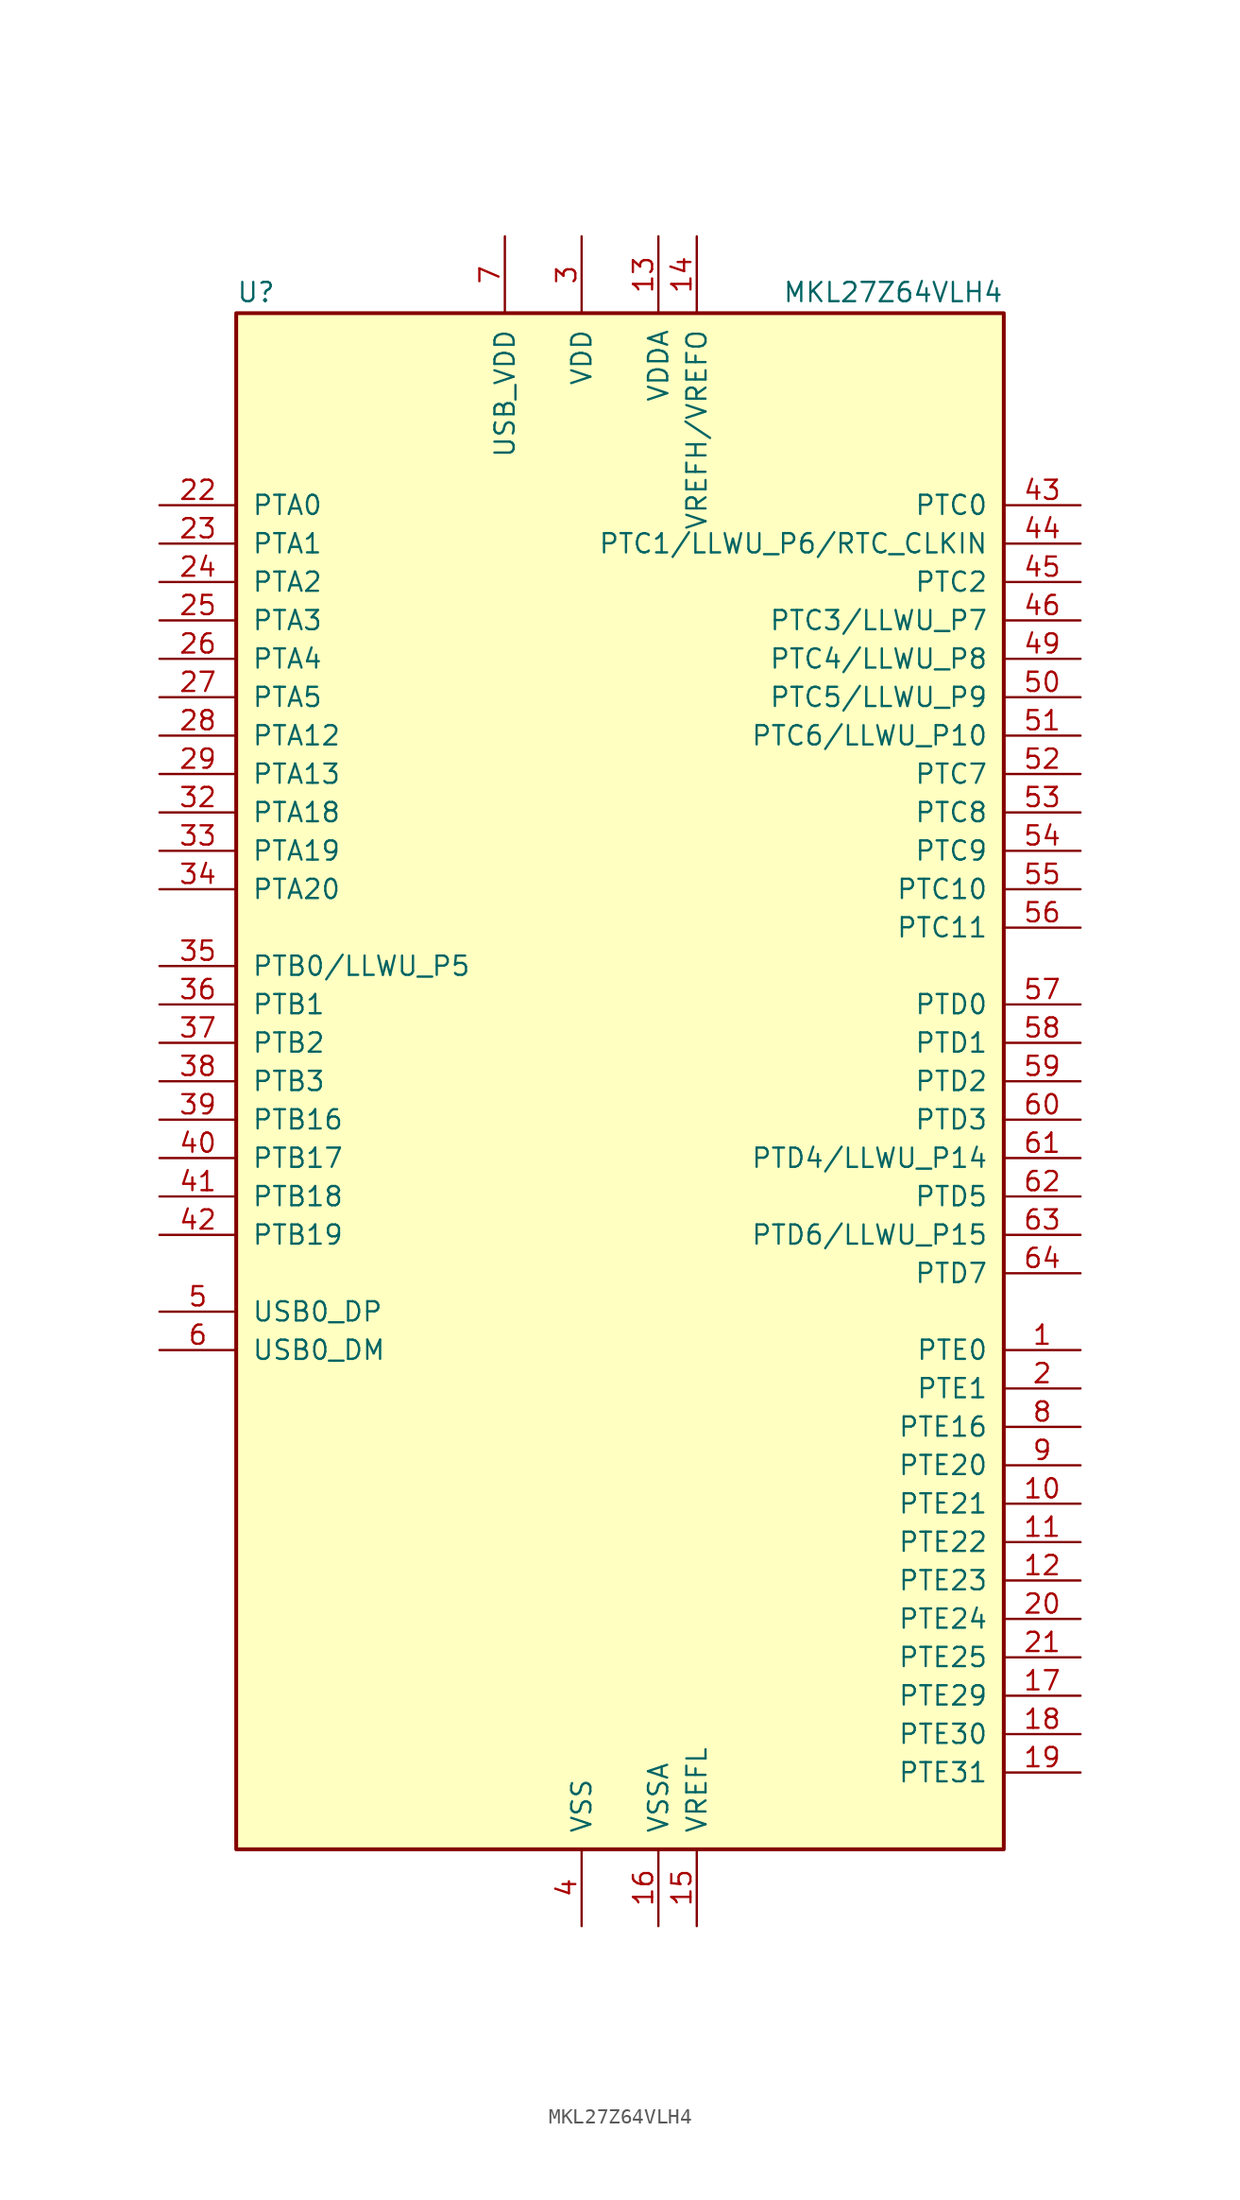
<source format=kicad_sym>
(kicad_symbol_lib
  (version 20211014)
  (generator kicad_symbol_editor)
  (symbol "MKL27Z64VLH4"
    (pin_names
      (offset 1.016))
    (property "Reference" "U"
      (at -25.4 51.435 0)
      (effects (font (size 1.27 1.27)) (justify left bottom)))
    (property "Value" "MKL27Z64VLH4"
      (at 25.4 51.435 0)
      (effects (font (size 1.27 1.27)) (justify right bottom)))
    (symbol "MKL27Z64VLH4_0_1"
      (rectangle (start -25.4 50.8) (end 25.4 -50.8) (stroke (width 0.254) (type default) (color 0 0 0 0)) (fill (type background))))
    (symbol "MKL27Z64VLH4_1_1"
      (pin bidirectional line (at 30.48 -17.78 180) (length 5.08) (name "PTE0" (effects (font (size 1.27 1.27)))) (number "1" (effects (font (size 1.27 1.27)))))
      (pin bidirectional line (at 30.48 -27.94 180) (length 5.08) (name "PTE21" (effects (font (size 1.27 1.27)))) (number "10" (effects (font (size 1.27 1.27)))))
      (pin bidirectional line (at 30.48 -30.48 180) (length 5.08) (name "PTE22" (effects (font (size 1.27 1.27)))) (number "11" (effects (font (size 1.27 1.27)))))
      (pin bidirectional line (at 30.48 -33.02 180) (length 5.08) (name "PTE23" (effects (font (size 1.27 1.27)))) (number "12" (effects (font (size 1.27 1.27)))))
      (pin power_in line (at 2.54 55.88 270) (length 5.08) (name "VDDA" (effects (font (size 1.27 1.27)))) (number "13" (effects (font (size 1.27 1.27)))))
      (pin power_in line (at 5.08 55.88 270) (length 5.08) (name "VREFH/VREFO" (effects (font (size 1.27 1.27)))) (number "14" (effects (font (size 1.27 1.27)))))
      (pin power_in line (at 5.08 -55.88 90) (length 5.08) (name "VREFL" (effects (font (size 1.27 1.27)))) (number "15" (effects (font (size 1.27 1.27)))))
      (pin power_in line (at 2.54 -55.88 90) (length 5.08) (name "VSSA" (effects (font (size 1.27 1.27)))) (number "16" (effects (font (size 1.27 1.27)))))
      (pin bidirectional line (at 30.48 -40.64 180) (length 5.08) (name "PTE29" (effects (font (size 1.27 1.27)))) (number "17" (effects (font (size 1.27 1.27)))))
      (pin bidirectional line (at 30.48 -43.18 180) (length 5.08) (name "PTE30" (effects (font (size 1.27 1.27)))) (number "18" (effects (font (size 1.27 1.27)))))
      (pin bidirectional line (at 30.48 -45.72 180) (length 5.08) (name "PTE31" (effects (font (size 1.27 1.27)))) (number "19" (effects (font (size 1.27 1.27)))))
      (pin bidirectional line (at 30.48 -20.32 180) (length 5.08) (name "PTE1" (effects (font (size 1.27 1.27)))) (number "2" (effects (font (size 1.27 1.27)))))
      (pin bidirectional line (at 30.48 -35.56 180) (length 5.08) (name "PTE24" (effects (font (size 1.27 1.27)))) (number "20" (effects (font (size 1.27 1.27)))))
      (pin bidirectional line (at 30.48 -38.1 180) (length 5.08) (name "PTE25" (effects (font (size 1.27 1.27)))) (number "21" (effects (font (size 1.27 1.27)))))
      (pin bidirectional line (at -30.48 38.1 0) (length 5.08) (name "PTA0" (effects (font (size 1.27 1.27)))) (number "22" (effects (font (size 1.27 1.27)))))
      (pin bidirectional line (at -30.48 35.56 0) (length 5.08) (name "PTA1" (effects (font (size 1.27 1.27)))) (number "23" (effects (font (size 1.27 1.27)))))
      (pin bidirectional line (at -30.48 33.02 0) (length 5.08) (name "PTA2" (effects (font (size 1.27 1.27)))) (number "24" (effects (font (size 1.27 1.27)))))
      (pin bidirectional line (at -30.48 30.48 0) (length 5.08) (name "PTA3" (effects (font (size 1.27 1.27)))) (number "25" (effects (font (size 1.27 1.27)))))
      (pin bidirectional line (at -30.48 27.94 0) (length 5.08) (name "PTA4" (effects (font (size 1.27 1.27)))) (number "26" (effects (font (size 1.27 1.27)))))
      (pin bidirectional line (at -30.48 25.4 0) (length 5.08) (name "PTA5" (effects (font (size 1.27 1.27)))) (number "27" (effects (font (size 1.27 1.27)))))
      (pin bidirectional line (at -30.48 22.86 0) (length 5.08) (name "PTA12" (effects (font (size 1.27 1.27)))) (number "28" (effects (font (size 1.27 1.27)))))
      (pin bidirectional line (at -30.48 20.32 0) (length 5.08) (name "PTA13" (effects (font (size 1.27 1.27)))) (number "29" (effects (font (size 1.27 1.27)))))
      (pin power_in line (at -2.54 55.88 270) (length 5.08) (name "VDD" (effects (font (size 1.27 1.27)))) (number "3" (effects (font (size 1.27 1.27)))))
      (pin passive line (at -2.54 55.88 270) (length 5.08) hide (name "VDD" (effects (font (size 1.27 1.27)))) (number "30" (effects (font (size 1.27 1.27)))))
      (pin passive line (at -2.54 -55.88 90) (length 5.08) hide (name "VSS" (effects (font (size 1.27 1.27)))) (number "31" (effects (font (size 1.27 1.27)))))
      (pin bidirectional line (at -30.48 17.78 0) (length 5.08) (name "PTA18" (effects (font (size 1.27 1.27)))) (number "32" (effects (font (size 1.27 1.27)))))
      (pin bidirectional line (at -30.48 15.24 0) (length 5.08) (name "PTA19" (effects (font (size 1.27 1.27)))) (number "33" (effects (font (size 1.27 1.27)))))
      (pin bidirectional line (at -30.48 12.7 0) (length 5.08) (name "PTA20" (effects (font (size 1.27 1.27)))) (number "34" (effects (font (size 1.27 1.27)))))
      (pin bidirectional line (at -30.48 7.62 0) (length 5.08) (name "PTB0/LLWU_P5" (effects (font (size 1.27 1.27)))) (number "35" (effects (font (size 1.27 1.27)))))
      (pin bidirectional line (at -30.48 5.08 0) (length 5.08) (name "PTB1" (effects (font (size 1.27 1.27)))) (number "36" (effects (font (size 1.27 1.27)))))
      (pin bidirectional line (at -30.48 2.54 0) (length 5.08) (name "PTB2" (effects (font (size 1.27 1.27)))) (number "37" (effects (font (size 1.27 1.27)))))
      (pin bidirectional line (at -30.48 0 0) (length 5.08) (name "PTB3" (effects (font (size 1.27 1.27)))) (number "38" (effects (font (size 1.27 1.27)))))
      (pin bidirectional line (at -30.48 -2.54 0) (length 5.08) (name "PTB16" (effects (font (size 1.27 1.27)))) (number "39" (effects (font (size 1.27 1.27)))))
      (pin power_in line (at -2.54 -55.88 90) (length 5.08) (name "VSS" (effects (font (size 1.27 1.27)))) (number "4" (effects (font (size 1.27 1.27)))))
      (pin bidirectional line (at -30.48 -5.08 0) (length 5.08) (name "PTB17" (effects (font (size 1.27 1.27)))) (number "40" (effects (font (size 1.27 1.27)))))
      (pin bidirectional line (at -30.48 -7.62 0) (length 5.08) (name "PTB18" (effects (font (size 1.27 1.27)))) (number "41" (effects (font (size 1.27 1.27)))))
      (pin bidirectional line (at -30.48 -10.16 0) (length 5.08) (name "PTB19" (effects (font (size 1.27 1.27)))) (number "42" (effects (font (size 1.27 1.27)))))
      (pin bidirectional line (at 30.48 38.1 180) (length 5.08) (name "PTC0" (effects (font (size 1.27 1.27)))) (number "43" (effects (font (size 1.27 1.27)))))
      (pin bidirectional line (at 30.48 35.56 180) (length 5.08) (name "PTC1/LLWU_P6/RTC_CLKIN" (effects (font (size 1.27 1.27)))) (number "44" (effects (font (size 1.27 1.27)))))
      (pin bidirectional line (at 30.48 33.02 180) (length 5.08) (name "PTC2" (effects (font (size 1.27 1.27)))) (number "45" (effects (font (size 1.27 1.27)))))
      (pin bidirectional line (at 30.48 30.48 180) (length 5.08) (name "PTC3/LLWU_P7" (effects (font (size 1.27 1.27)))) (number "46" (effects (font (size 1.27 1.27)))))
      (pin passive line (at -2.54 -55.88 90) (length 5.08) hide (name "VSS" (effects (font (size 1.27 1.27)))) (number "47" (effects (font (size 1.27 1.27)))))
      (pin passive line (at -2.54 55.88 270) (length 5.08) hide (name "VDD" (effects (font (size 1.27 1.27)))) (number "48" (effects (font (size 1.27 1.27)))))
      (pin bidirectional line (at 30.48 27.94 180) (length 5.08) (name "PTC4/LLWU_P8" (effects (font (size 1.27 1.27)))) (number "49" (effects (font (size 1.27 1.27)))))
      (pin bidirectional line (at -30.48 -15.24 0) (length 5.08) (name "USB0_DP" (effects (font (size 1.27 1.27)))) (number "5" (effects (font (size 1.27 1.27)))))
      (pin bidirectional line (at 30.48 25.4 180) (length 5.08) (name "PTC5/LLWU_P9" (effects (font (size 1.27 1.27)))) (number "50" (effects (font (size 1.27 1.27)))))
      (pin bidirectional line (at 30.48 22.86 180) (length 5.08) (name "PTC6/LLWU_P10" (effects (font (size 1.27 1.27)))) (number "51" (effects (font (size 1.27 1.27)))))
      (pin bidirectional line (at 30.48 20.32 180) (length 5.08) (name "PTC7" (effects (font (size 1.27 1.27)))) (number "52" (effects (font (size 1.27 1.27)))))
      (pin bidirectional line (at 30.48 17.78 180) (length 5.08) (name "PTC8" (effects (font (size 1.27 1.27)))) (number "53" (effects (font (size 1.27 1.27)))))
      (pin bidirectional line (at 30.48 15.24 180) (length 5.08) (name "PTC9" (effects (font (size 1.27 1.27)))) (number "54" (effects (font (size 1.27 1.27)))))
      (pin bidirectional line (at 30.48 12.7 180) (length 5.08) (name "PTC10" (effects (font (size 1.27 1.27)))) (number "55" (effects (font (size 1.27 1.27)))))
      (pin bidirectional line (at 30.48 10.16 180) (length 5.08) (name "PTC11" (effects (font (size 1.27 1.27)))) (number "56" (effects (font (size 1.27 1.27)))))
      (pin bidirectional line (at 30.48 5.08 180) (length 5.08) (name "PTD0" (effects (font (size 1.27 1.27)))) (number "57" (effects (font (size 1.27 1.27)))))
      (pin bidirectional line (at 30.48 2.54 180) (length 5.08) (name "PTD1" (effects (font (size 1.27 1.27)))) (number "58" (effects (font (size 1.27 1.27)))))
      (pin bidirectional line (at 30.48 0 180) (length 5.08) (name "PTD2" (effects (font (size 1.27 1.27)))) (number "59" (effects (font (size 1.27 1.27)))))
      (pin bidirectional line (at -30.48 -17.78 0) (length 5.08) (name "USB0_DM" (effects (font (size 1.27 1.27)))) (number "6" (effects (font (size 1.27 1.27)))))
      (pin bidirectional line (at 30.48 -2.54 180) (length 5.08) (name "PTD3" (effects (font (size 1.27 1.27)))) (number "60" (effects (font (size 1.27 1.27)))))
      (pin bidirectional line (at 30.48 -5.08 180) (length 5.08) (name "PTD4/LLWU_P14" (effects (font (size 1.27 1.27)))) (number "61" (effects (font (size 1.27 1.27)))))
      (pin bidirectional line (at 30.48 -7.62 180) (length 5.08) (name "PTD5" (effects (font (size 1.27 1.27)))) (number "62" (effects (font (size 1.27 1.27)))))
      (pin bidirectional line (at 30.48 -10.16 180) (length 5.08) (name "PTD6/LLWU_P15" (effects (font (size 1.27 1.27)))) (number "63" (effects (font (size 1.27 1.27)))))
      (pin bidirectional line (at 30.48 -12.7 180) (length 5.08) (name "PTD7" (effects (font (size 1.27 1.27)))) (number "64" (effects (font (size 1.27 1.27)))))
      (pin power_in line (at -7.62 55.88 270) (length 5.08) (name "USB_VDD" (effects (font (size 1.27 1.27)))) (number "7" (effects (font (size 1.27 1.27)))))
      (pin bidirectional line (at 30.48 -22.86 180) (length 5.08) (name "PTE16" (effects (font (size 1.27 1.27)))) (number "8" (effects (font (size 1.27 1.27)))))
      (pin bidirectional line (at 30.48 -25.4 180) (length 5.08) (name "PTE20" (effects (font (size 1.27 1.27)))) (number "9" (effects (font (size 1.27 1.27))))))))
</source>
